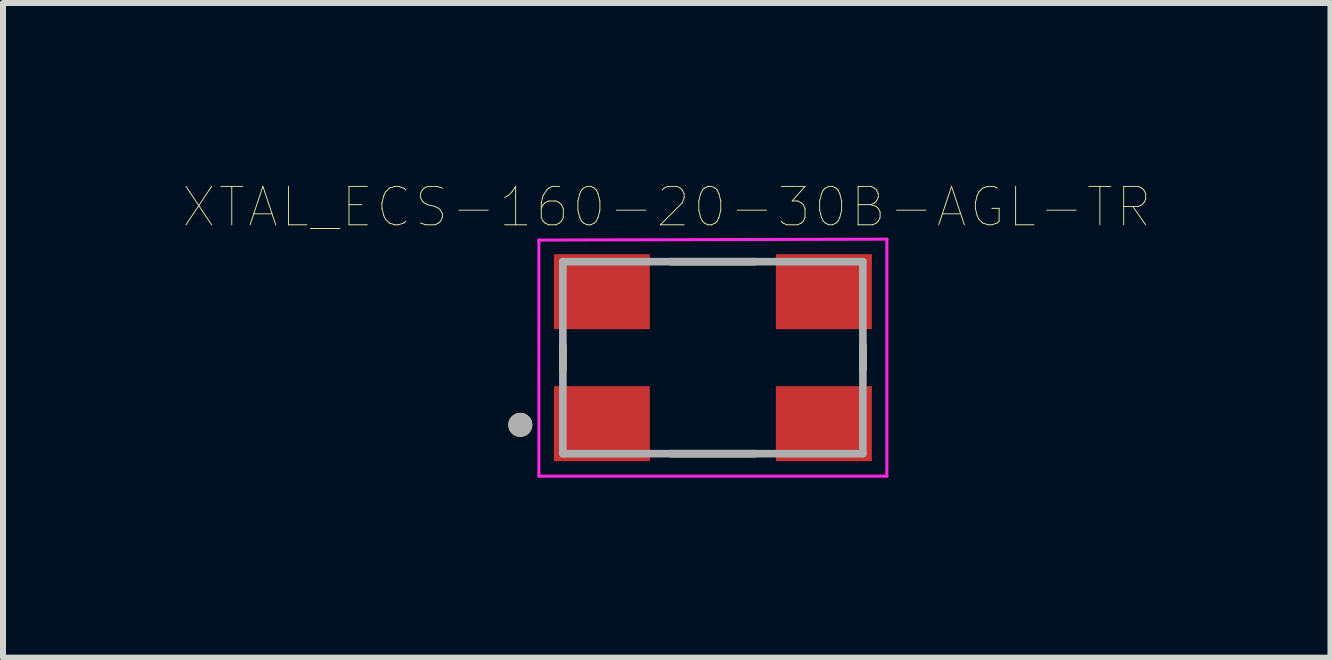
<source format=kicad_pcb>
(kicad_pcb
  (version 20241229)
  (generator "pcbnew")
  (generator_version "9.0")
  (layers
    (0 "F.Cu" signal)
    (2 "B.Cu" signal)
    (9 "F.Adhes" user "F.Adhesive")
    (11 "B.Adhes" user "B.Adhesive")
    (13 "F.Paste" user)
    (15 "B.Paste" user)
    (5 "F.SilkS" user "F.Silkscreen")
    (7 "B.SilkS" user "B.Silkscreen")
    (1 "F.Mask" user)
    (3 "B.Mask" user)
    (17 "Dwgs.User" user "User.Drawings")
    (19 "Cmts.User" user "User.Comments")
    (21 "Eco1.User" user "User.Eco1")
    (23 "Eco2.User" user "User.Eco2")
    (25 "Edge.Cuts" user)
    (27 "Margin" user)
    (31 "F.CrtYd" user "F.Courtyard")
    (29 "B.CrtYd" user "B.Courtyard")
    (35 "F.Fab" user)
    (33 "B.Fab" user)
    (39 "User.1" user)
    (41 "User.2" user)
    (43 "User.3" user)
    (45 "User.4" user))
  (footprint "XTAL_ECS-160-20-30B-AGL-TR"
    (layer "F.Cu")
    (at 8.831 2.911)
    (property "Reference" "XTAL_ECS-160-20-30B-AGL-TR" (at -0.769 -2.51 0) (layer "F.SilkS") (effects (font (size 0.641 0.641) (thickness 0.015))))
    (attr through_hole)
    (fp_line (start -2.5 0.2) (end -2.5 -0.2) (stroke (width 0.127) (type solid)) (layer "F.SilkS"))
    (fp_line (start -0.7 1.6) (end 0.7 1.6) (stroke (width 0.127) (type solid)) (layer "F.SilkS"))
    (fp_line (start 0.7 -1.6) (end -0.7 -1.6) (stroke (width 0.127) (type solid)) (layer "F.SilkS"))
    (fp_line (start 2.5 0.2) (end 2.5 -0.2) (stroke (width 0.127) (type solid)) (layer "F.SilkS"))
    (fp_circle (center -3.21 1.12) (end -3.11 1.12) (stroke (width 0.2) (type solid)) (fill no) (layer "F.SilkS"))
    (fp_line (start -2.9 -1.96) (end -2.9 1.975) (stroke (width 0.05) (type solid)) (layer "F.CrtYd"))
    (fp_line (start -2.9 1.975) (end 2.9 1.975) (stroke (width 0.05) (type solid)) (layer "F.CrtYd"))
    (fp_line (start 2.9 -1.975) (end -2.9 -1.96) (stroke (width 0.05) (type solid)) (layer "F.CrtYd"))
    (fp_line (start 2.9 1.975) (end 2.9 -1.975) (stroke (width 0.05) (type solid)) (layer "F.CrtYd"))
    (fp_line (start -2.5 -1.6) (end -2.5 1.6) (stroke (width 0.127) (type solid)) (layer "F.Fab"))
    (fp_line (start -2.5 1.6) (end 2.5 1.6) (stroke (width 0.127) (type solid)) (layer "F.Fab"))
    (fp_line (start 2.5 -1.6) (end -2.5 -1.6) (stroke (width 0.127) (type solid)) (layer "F.Fab"))
    (fp_line (start 2.5 1.6) (end 2.5 -1.6) (stroke (width 0.127) (type solid)) (layer "F.Fab"))
    (fp_circle (center -3.21 1.12) (end -3.11 1.12) (stroke (width 0.2) (type solid)) (fill no) (layer "F.Fab"))
    (pad "1" smd rect (at -1.85 1.1) (size 1.6 1.25) (layers "F.Cu" "F.Mask" "F.Paste"))
    (pad "2" smd rect (at 1.85 1.1) (size 1.6 1.25) (layers "F.Cu" "F.Mask" "F.Paste"))
    (pad "3" smd rect (at 1.85 -1.1) (size 1.6 1.25) (layers "F.Cu" "F.Mask" "F.Paste"))
    (pad "4" smd rect (at -1.85 -1.1) (size 1.6 1.25) (layers "F.Cu" "F.Mask" "F.Paste")))
  (gr_rect
    (start -3 -3)
    (end 19.124 7.911)
    (stroke (width 0.1) (type default))
    (fill no)
    (layer "Edge.Cuts")))
</source>
